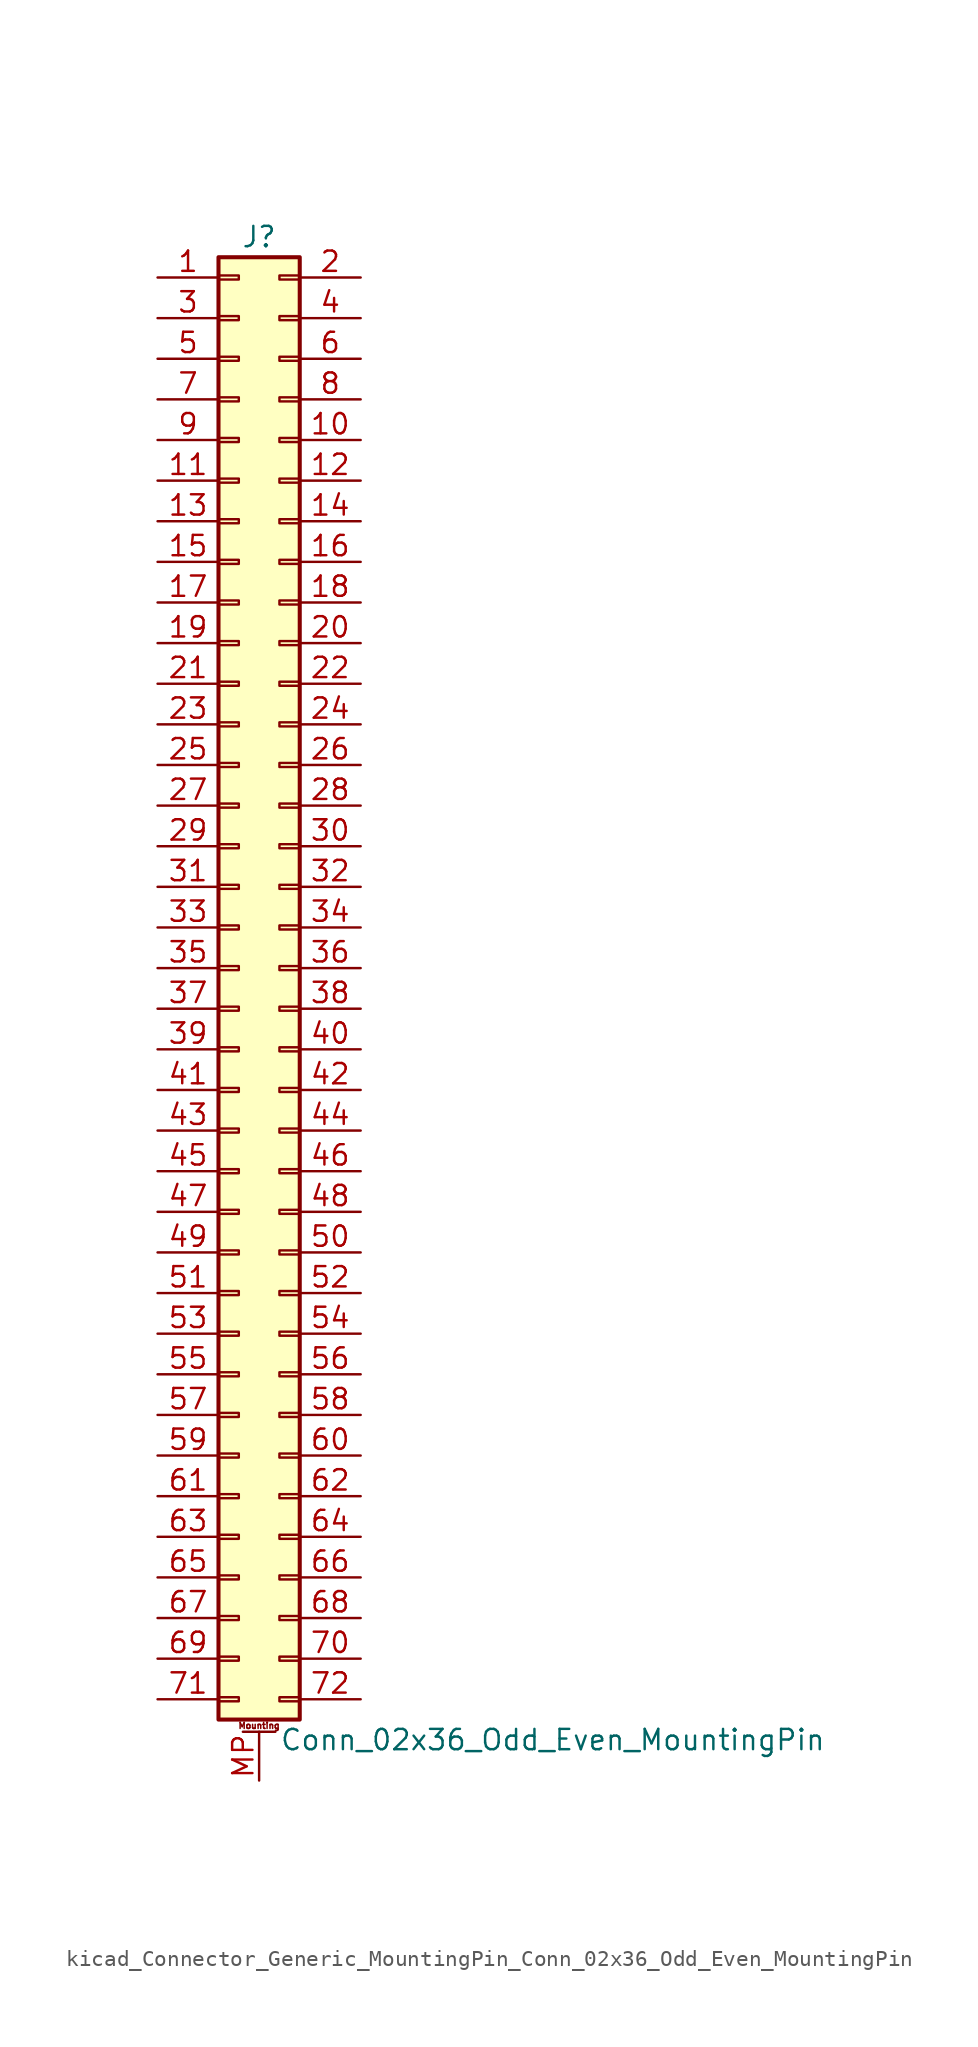
<source format=kicad_sym>
(kicad_symbol_lib
  (version 20220914)
  (generator kicad_symbol_editor)
  (symbol "kicad_Connector_Generic_MountingPin_Conn_02x36_Odd_Even_MountingPin"
    (pin_names
      (offset 1.016) hide)
    (property "Reference" "J"
      (at 1.27 45.72 0)
      (effects (font (size 1.27 1.27))))
    (property "Value" "Conn_02x36_Odd_Even_MountingPin"
      (at 2.54 -48.26 0)
      (effects (font (size 1.27 1.27)) (justify left)))
    (symbol "kicad_Connector_Generic_MountingPin_Conn_02x36_Odd_Even_MountingPin_1_1"
      (rectangle (start -1.27 -45.593) (end 0 -45.847) (stroke (width 0.152) (type default)) (fill (type none)))
      (rectangle (start -1.27 -43.053) (end 0 -43.307) (stroke (width 0.152) (type default)) (fill (type none)))
      (rectangle (start -1.27 -40.513) (end 0 -40.767) (stroke (width 0.152) (type default)) (fill (type none)))
      (rectangle (start -1.27 -37.973) (end 0 -38.227) (stroke (width 0.152) (type default)) (fill (type none)))
      (rectangle (start -1.27 -35.433) (end 0 -35.687) (stroke (width 0.152) (type default)) (fill (type none)))
      (rectangle (start -1.27 -32.893) (end 0 -33.147) (stroke (width 0.152) (type default)) (fill (type none)))
      (rectangle (start -1.27 -30.353) (end 0 -30.607) (stroke (width 0.152) (type default)) (fill (type none)))
      (rectangle (start -1.27 -27.813) (end 0 -28.067) (stroke (width 0.152) (type default)) (fill (type none)))
      (rectangle (start -1.27 -25.273) (end 0 -25.527) (stroke (width 0.152) (type default)) (fill (type none)))
      (rectangle (start -1.27 -22.733) (end 0 -22.987) (stroke (width 0.152) (type default)) (fill (type none)))
      (rectangle (start -1.27 -20.193) (end 0 -20.447) (stroke (width 0.152) (type default)) (fill (type none)))
      (rectangle (start -1.27 -17.653) (end 0 -17.907) (stroke (width 0.152) (type default)) (fill (type none)))
      (rectangle (start -1.27 -15.113) (end 0 -15.367) (stroke (width 0.152) (type default)) (fill (type none)))
      (rectangle (start -1.27 -12.573) (end 0 -12.827) (stroke (width 0.152) (type default)) (fill (type none)))
      (rectangle (start -1.27 -10.033) (end 0 -10.287) (stroke (width 0.152) (type default)) (fill (type none)))
      (rectangle (start -1.27 -7.493) (end 0 -7.747) (stroke (width 0.152) (type default)) (fill (type none)))
      (rectangle (start -1.27 -4.953) (end 0 -5.207) (stroke (width 0.152) (type default)) (fill (type none)))
      (rectangle (start -1.27 -2.413) (end 0 -2.667) (stroke (width 0.152) (type default)) (fill (type none)))
      (rectangle (start -1.27 0.127) (end 0 -0.127) (stroke (width 0.152) (type default)) (fill (type none)))
      (rectangle (start -1.27 2.667) (end 0 2.413) (stroke (width 0.152) (type default)) (fill (type none)))
      (rectangle (start -1.27 5.207) (end 0 4.953) (stroke (width 0.152) (type default)) (fill (type none)))
      (rectangle (start -1.27 7.747) (end 0 7.493) (stroke (width 0.152) (type default)) (fill (type none)))
      (rectangle (start -1.27 10.287) (end 0 10.033) (stroke (width 0.152) (type default)) (fill (type none)))
      (rectangle (start -1.27 12.827) (end 0 12.573) (stroke (width 0.152) (type default)) (fill (type none)))
      (rectangle (start -1.27 15.367) (end 0 15.113) (stroke (width 0.152) (type default)) (fill (type none)))
      (rectangle (start -1.27 17.907) (end 0 17.653) (stroke (width 0.152) (type default)) (fill (type none)))
      (rectangle (start -1.27 20.447) (end 0 20.193) (stroke (width 0.152) (type default)) (fill (type none)))
      (rectangle (start -1.27 22.987) (end 0 22.733) (stroke (width 0.152) (type default)) (fill (type none)))
      (rectangle (start -1.27 25.527) (end 0 25.273) (stroke (width 0.152) (type default)) (fill (type none)))
      (rectangle (start -1.27 28.067) (end 0 27.813) (stroke (width 0.152) (type default)) (fill (type none)))
      (rectangle (start -1.27 30.607) (end 0 30.353) (stroke (width 0.152) (type default)) (fill (type none)))
      (rectangle (start -1.27 33.147) (end 0 32.893) (stroke (width 0.152) (type default)) (fill (type none)))
      (rectangle (start -1.27 35.687) (end 0 35.433) (stroke (width 0.152) (type default)) (fill (type none)))
      (rectangle (start -1.27 38.227) (end 0 37.973) (stroke (width 0.152) (type default)) (fill (type none)))
      (rectangle (start -1.27 40.767) (end 0 40.513) (stroke (width 0.152) (type default)) (fill (type none)))
      (rectangle (start -1.27 43.307) (end 0 43.053) (stroke (width 0.152) (type default)) (fill (type none)))
      (rectangle (start -1.27 44.45) (end 3.81 -46.99) (stroke (width 0.254) (type default)) (fill (type background)))
      (polyline (pts (xy 0.254 -47.752) (xy 2.286 -47.752)) (stroke (width 0.152) (type default)) (fill (type none)))
      (rectangle (start 3.81 -45.593) (end 2.54 -45.847) (stroke (width 0.152) (type default)) (fill (type none)))
      (rectangle (start 3.81 -43.053) (end 2.54 -43.307) (stroke (width 0.152) (type default)) (fill (type none)))
      (rectangle (start 3.81 -40.513) (end 2.54 -40.767) (stroke (width 0.152) (type default)) (fill (type none)))
      (rectangle (start 3.81 -37.973) (end 2.54 -38.227) (stroke (width 0.152) (type default)) (fill (type none)))
      (rectangle (start 3.81 -35.433) (end 2.54 -35.687) (stroke (width 0.152) (type default)) (fill (type none)))
      (rectangle (start 3.81 -32.893) (end 2.54 -33.147) (stroke (width 0.152) (type default)) (fill (type none)))
      (rectangle (start 3.81 -30.353) (end 2.54 -30.607) (stroke (width 0.152) (type default)) (fill (type none)))
      (rectangle (start 3.81 -27.813) (end 2.54 -28.067) (stroke (width 0.152) (type default)) (fill (type none)))
      (rectangle (start 3.81 -25.273) (end 2.54 -25.527) (stroke (width 0.152) (type default)) (fill (type none)))
      (rectangle (start 3.81 -22.733) (end 2.54 -22.987) (stroke (width 0.152) (type default)) (fill (type none)))
      (rectangle (start 3.81 -20.193) (end 2.54 -20.447) (stroke (width 0.152) (type default)) (fill (type none)))
      (rectangle (start 3.81 -17.653) (end 2.54 -17.907) (stroke (width 0.152) (type default)) (fill (type none)))
      (rectangle (start 3.81 -15.113) (end 2.54 -15.367) (stroke (width 0.152) (type default)) (fill (type none)))
      (rectangle (start 3.81 -12.573) (end 2.54 -12.827) (stroke (width 0.152) (type default)) (fill (type none)))
      (rectangle (start 3.81 -10.033) (end 2.54 -10.287) (stroke (width 0.152) (type default)) (fill (type none)))
      (rectangle (start 3.81 -7.493) (end 2.54 -7.747) (stroke (width 0.152) (type default)) (fill (type none)))
      (rectangle (start 3.81 -4.953) (end 2.54 -5.207) (stroke (width 0.152) (type default)) (fill (type none)))
      (rectangle (start 3.81 -2.413) (end 2.54 -2.667) (stroke (width 0.152) (type default)) (fill (type none)))
      (rectangle (start 3.81 0.127) (end 2.54 -0.127) (stroke (width 0.152) (type default)) (fill (type none)))
      (rectangle (start 3.81 2.667) (end 2.54 2.413) (stroke (width 0.152) (type default)) (fill (type none)))
      (rectangle (start 3.81 5.207) (end 2.54 4.953) (stroke (width 0.152) (type default)) (fill (type none)))
      (rectangle (start 3.81 7.747) (end 2.54 7.493) (stroke (width 0.152) (type default)) (fill (type none)))
      (rectangle (start 3.81 10.287) (end 2.54 10.033) (stroke (width 0.152) (type default)) (fill (type none)))
      (rectangle (start 3.81 12.827) (end 2.54 12.573) (stroke (width 0.152) (type default)) (fill (type none)))
      (rectangle (start 3.81 15.367) (end 2.54 15.113) (stroke (width 0.152) (type default)) (fill (type none)))
      (rectangle (start 3.81 17.907) (end 2.54 17.653) (stroke (width 0.152) (type default)) (fill (type none)))
      (rectangle (start 3.81 20.447) (end 2.54 20.193) (stroke (width 0.152) (type default)) (fill (type none)))
      (rectangle (start 3.81 22.987) (end 2.54 22.733) (stroke (width 0.152) (type default)) (fill (type none)))
      (rectangle (start 3.81 25.527) (end 2.54 25.273) (stroke (width 0.152) (type default)) (fill (type none)))
      (rectangle (start 3.81 28.067) (end 2.54 27.813) (stroke (width 0.152) (type default)) (fill (type none)))
      (rectangle (start 3.81 30.607) (end 2.54 30.353) (stroke (width 0.152) (type default)) (fill (type none)))
      (rectangle (start 3.81 33.147) (end 2.54 32.893) (stroke (width 0.152) (type default)) (fill (type none)))
      (rectangle (start 3.81 35.687) (end 2.54 35.433) (stroke (width 0.152) (type default)) (fill (type none)))
      (rectangle (start 3.81 38.227) (end 2.54 37.973) (stroke (width 0.152) (type default)) (fill (type none)))
      (rectangle (start 3.81 40.767) (end 2.54 40.513) (stroke (width 0.152) (type default)) (fill (type none)))
      (rectangle (start 3.81 43.307) (end 2.54 43.053) (stroke (width 0.152) (type default)) (fill (type none)))
      (text "Mounting" (at 1.27 -47.371 0) (effects (font (size 0.381 0.381))))
      (pin passive line (at -5.08 43.18 0) (length 3.81) (name "Pin_1" (effects (font (size 1.27 1.27)))) (number "1" (effects (font (size 1.27 1.27)))))
      (pin passive line (at 7.62 33.02 180) (length 3.81) (name "Pin_10" (effects (font (size 1.27 1.27)))) (number "10" (effects (font (size 1.27 1.27)))))
      (pin passive line (at -5.08 30.48 0) (length 3.81) (name "Pin_11" (effects (font (size 1.27 1.27)))) (number "11" (effects (font (size 1.27 1.27)))))
      (pin passive line (at 7.62 30.48 180) (length 3.81) (name "Pin_12" (effects (font (size 1.27 1.27)))) (number "12" (effects (font (size 1.27 1.27)))))
      (pin passive line (at -5.08 27.94 0) (length 3.81) (name "Pin_13" (effects (font (size 1.27 1.27)))) (number "13" (effects (font (size 1.27 1.27)))))
      (pin passive line (at 7.62 27.94 180) (length 3.81) (name "Pin_14" (effects (font (size 1.27 1.27)))) (number "14" (effects (font (size 1.27 1.27)))))
      (pin passive line (at -5.08 25.4 0) (length 3.81) (name "Pin_15" (effects (font (size 1.27 1.27)))) (number "15" (effects (font (size 1.27 1.27)))))
      (pin passive line (at 7.62 25.4 180) (length 3.81) (name "Pin_16" (effects (font (size 1.27 1.27)))) (number "16" (effects (font (size 1.27 1.27)))))
      (pin passive line (at -5.08 22.86 0) (length 3.81) (name "Pin_17" (effects (font (size 1.27 1.27)))) (number "17" (effects (font (size 1.27 1.27)))))
      (pin passive line (at 7.62 22.86 180) (length 3.81) (name "Pin_18" (effects (font (size 1.27 1.27)))) (number "18" (effects (font (size 1.27 1.27)))))
      (pin passive line (at -5.08 20.32 0) (length 3.81) (name "Pin_19" (effects (font (size 1.27 1.27)))) (number "19" (effects (font (size 1.27 1.27)))))
      (pin passive line (at 7.62 43.18 180) (length 3.81) (name "Pin_2" (effects (font (size 1.27 1.27)))) (number "2" (effects (font (size 1.27 1.27)))))
      (pin passive line (at 7.62 20.32 180) (length 3.81) (name "Pin_20" (effects (font (size 1.27 1.27)))) (number "20" (effects (font (size 1.27 1.27)))))
      (pin passive line (at -5.08 17.78 0) (length 3.81) (name "Pin_21" (effects (font (size 1.27 1.27)))) (number "21" (effects (font (size 1.27 1.27)))))
      (pin passive line (at 7.62 17.78 180) (length 3.81) (name "Pin_22" (effects (font (size 1.27 1.27)))) (number "22" (effects (font (size 1.27 1.27)))))
      (pin passive line (at -5.08 15.24 0) (length 3.81) (name "Pin_23" (effects (font (size 1.27 1.27)))) (number "23" (effects (font (size 1.27 1.27)))))
      (pin passive line (at 7.62 15.24 180) (length 3.81) (name "Pin_24" (effects (font (size 1.27 1.27)))) (number "24" (effects (font (size 1.27 1.27)))))
      (pin passive line (at -5.08 12.7 0) (length 3.81) (name "Pin_25" (effects (font (size 1.27 1.27)))) (number "25" (effects (font (size 1.27 1.27)))))
      (pin passive line (at 7.62 12.7 180) (length 3.81) (name "Pin_26" (effects (font (size 1.27 1.27)))) (number "26" (effects (font (size 1.27 1.27)))))
      (pin passive line (at -5.08 10.16 0) (length 3.81) (name "Pin_27" (effects (font (size 1.27 1.27)))) (number "27" (effects (font (size 1.27 1.27)))))
      (pin passive line (at 7.62 10.16 180) (length 3.81) (name "Pin_28" (effects (font (size 1.27 1.27)))) (number "28" (effects (font (size 1.27 1.27)))))
      (pin passive line (at -5.08 7.62 0) (length 3.81) (name "Pin_29" (effects (font (size 1.27 1.27)))) (number "29" (effects (font (size 1.27 1.27)))))
      (pin passive line (at -5.08 40.64 0) (length 3.81) (name "Pin_3" (effects (font (size 1.27 1.27)))) (number "3" (effects (font (size 1.27 1.27)))))
      (pin passive line (at 7.62 7.62 180) (length 3.81) (name "Pin_30" (effects (font (size 1.27 1.27)))) (number "30" (effects (font (size 1.27 1.27)))))
      (pin passive line (at -5.08 5.08 0) (length 3.81) (name "Pin_31" (effects (font (size 1.27 1.27)))) (number "31" (effects (font (size 1.27 1.27)))))
      (pin passive line (at 7.62 5.08 180) (length 3.81) (name "Pin_32" (effects (font (size 1.27 1.27)))) (number "32" (effects (font (size 1.27 1.27)))))
      (pin passive line (at -5.08 2.54 0) (length 3.81) (name "Pin_33" (effects (font (size 1.27 1.27)))) (number "33" (effects (font (size 1.27 1.27)))))
      (pin passive line (at 7.62 2.54 180) (length 3.81) (name "Pin_34" (effects (font (size 1.27 1.27)))) (number "34" (effects (font (size 1.27 1.27)))))
      (pin passive line (at -5.08 0 0) (length 3.81) (name "Pin_35" (effects (font (size 1.27 1.27)))) (number "35" (effects (font (size 1.27 1.27)))))
      (pin passive line (at 7.62 0 180) (length 3.81) (name "Pin_36" (effects (font (size 1.27 1.27)))) (number "36" (effects (font (size 1.27 1.27)))))
      (pin passive line (at -5.08 -2.54 0) (length 3.81) (name "Pin_37" (effects (font (size 1.27 1.27)))) (number "37" (effects (font (size 1.27 1.27)))))
      (pin passive line (at 7.62 -2.54 180) (length 3.81) (name "Pin_38" (effects (font (size 1.27 1.27)))) (number "38" (effects (font (size 1.27 1.27)))))
      (pin passive line (at -5.08 -5.08 0) (length 3.81) (name "Pin_39" (effects (font (size 1.27 1.27)))) (number "39" (effects (font (size 1.27 1.27)))))
      (pin passive line (at 7.62 40.64 180) (length 3.81) (name "Pin_4" (effects (font (size 1.27 1.27)))) (number "4" (effects (font (size 1.27 1.27)))))
      (pin passive line (at 7.62 -5.08 180) (length 3.81) (name "Pin_40" (effects (font (size 1.27 1.27)))) (number "40" (effects (font (size 1.27 1.27)))))
      (pin passive line (at -5.08 -7.62 0) (length 3.81) (name "Pin_41" (effects (font (size 1.27 1.27)))) (number "41" (effects (font (size 1.27 1.27)))))
      (pin passive line (at 7.62 -7.62 180) (length 3.81) (name "Pin_42" (effects (font (size 1.27 1.27)))) (number "42" (effects (font (size 1.27 1.27)))))
      (pin passive line (at -5.08 -10.16 0) (length 3.81) (name "Pin_43" (effects (font (size 1.27 1.27)))) (number "43" (effects (font (size 1.27 1.27)))))
      (pin passive line (at 7.62 -10.16 180) (length 3.81) (name "Pin_44" (effects (font (size 1.27 1.27)))) (number "44" (effects (font (size 1.27 1.27)))))
      (pin passive line (at -5.08 -12.7 0) (length 3.81) (name "Pin_45" (effects (font (size 1.27 1.27)))) (number "45" (effects (font (size 1.27 1.27)))))
      (pin passive line (at 7.62 -12.7 180) (length 3.81) (name "Pin_46" (effects (font (size 1.27 1.27)))) (number "46" (effects (font (size 1.27 1.27)))))
      (pin passive line (at -5.08 -15.24 0) (length 3.81) (name "Pin_47" (effects (font (size 1.27 1.27)))) (number "47" (effects (font (size 1.27 1.27)))))
      (pin passive line (at 7.62 -15.24 180) (length 3.81) (name "Pin_48" (effects (font (size 1.27 1.27)))) (number "48" (effects (font (size 1.27 1.27)))))
      (pin passive line (at -5.08 -17.78 0) (length 3.81) (name "Pin_49" (effects (font (size 1.27 1.27)))) (number "49" (effects (font (size 1.27 1.27)))))
      (pin passive line (at -5.08 38.1 0) (length 3.81) (name "Pin_5" (effects (font (size 1.27 1.27)))) (number "5" (effects (font (size 1.27 1.27)))))
      (pin passive line (at 7.62 -17.78 180) (length 3.81) (name "Pin_50" (effects (font (size 1.27 1.27)))) (number "50" (effects (font (size 1.27 1.27)))))
      (pin passive line (at -5.08 -20.32 0) (length 3.81) (name "Pin_51" (effects (font (size 1.27 1.27)))) (number "51" (effects (font (size 1.27 1.27)))))
      (pin passive line (at 7.62 -20.32 180) (length 3.81) (name "Pin_52" (effects (font (size 1.27 1.27)))) (number "52" (effects (font (size 1.27 1.27)))))
      (pin passive line (at -5.08 -22.86 0) (length 3.81) (name "Pin_53" (effects (font (size 1.27 1.27)))) (number "53" (effects (font (size 1.27 1.27)))))
      (pin passive line (at 7.62 -22.86 180) (length 3.81) (name "Pin_54" (effects (font (size 1.27 1.27)))) (number "54" (effects (font (size 1.27 1.27)))))
      (pin passive line (at -5.08 -25.4 0) (length 3.81) (name "Pin_55" (effects (font (size 1.27 1.27)))) (number "55" (effects (font (size 1.27 1.27)))))
      (pin passive line (at 7.62 -25.4 180) (length 3.81) (name "Pin_56" (effects (font (size 1.27 1.27)))) (number "56" (effects (font (size 1.27 1.27)))))
      (pin passive line (at -5.08 -27.94 0) (length 3.81) (name "Pin_57" (effects (font (size 1.27 1.27)))) (number "57" (effects (font (size 1.27 1.27)))))
      (pin passive line (at 7.62 -27.94 180) (length 3.81) (name "Pin_58" (effects (font (size 1.27 1.27)))) (number "58" (effects (font (size 1.27 1.27)))))
      (pin passive line (at -5.08 -30.48 0) (length 3.81) (name "Pin_59" (effects (font (size 1.27 1.27)))) (number "59" (effects (font (size 1.27 1.27)))))
      (pin passive line (at 7.62 38.1 180) (length 3.81) (name "Pin_6" (effects (font (size 1.27 1.27)))) (number "6" (effects (font (size 1.27 1.27)))))
      (pin passive line (at 7.62 -30.48 180) (length 3.81) (name "Pin_60" (effects (font (size 1.27 1.27)))) (number "60" (effects (font (size 1.27 1.27)))))
      (pin passive line (at -5.08 -33.02 0) (length 3.81) (name "Pin_61" (effects (font (size 1.27 1.27)))) (number "61" (effects (font (size 1.27 1.27)))))
      (pin passive line (at 7.62 -33.02 180) (length 3.81) (name "Pin_62" (effects (font (size 1.27 1.27)))) (number "62" (effects (font (size 1.27 1.27)))))
      (pin passive line (at -5.08 -35.56 0) (length 3.81) (name "Pin_63" (effects (font (size 1.27 1.27)))) (number "63" (effects (font (size 1.27 1.27)))))
      (pin passive line (at 7.62 -35.56 180) (length 3.81) (name "Pin_64" (effects (font (size 1.27 1.27)))) (number "64" (effects (font (size 1.27 1.27)))))
      (pin passive line (at -5.08 -38.1 0) (length 3.81) (name "Pin_65" (effects (font (size 1.27 1.27)))) (number "65" (effects (font (size 1.27 1.27)))))
      (pin passive line (at 7.62 -38.1 180) (length 3.81) (name "Pin_66" (effects (font (size 1.27 1.27)))) (number "66" (effects (font (size 1.27 1.27)))))
      (pin passive line (at -5.08 -40.64 0) (length 3.81) (name "Pin_67" (effects (font (size 1.27 1.27)))) (number "67" (effects (font (size 1.27 1.27)))))
      (pin passive line (at 7.62 -40.64 180) (length 3.81) (name "Pin_68" (effects (font (size 1.27 1.27)))) (number "68" (effects (font (size 1.27 1.27)))))
      (pin passive line (at -5.08 -43.18 0) (length 3.81) (name "Pin_69" (effects (font (size 1.27 1.27)))) (number "69" (effects (font (size 1.27 1.27)))))
      (pin passive line (at -5.08 35.56 0) (length 3.81) (name "Pin_7" (effects (font (size 1.27 1.27)))) (number "7" (effects (font (size 1.27 1.27)))))
      (pin passive line (at 7.62 -43.18 180) (length 3.81) (name "Pin_70" (effects (font (size 1.27 1.27)))) (number "70" (effects (font (size 1.27 1.27)))))
      (pin passive line (at -5.08 -45.72 0) (length 3.81) (name "Pin_71" (effects (font (size 1.27 1.27)))) (number "71" (effects (font (size 1.27 1.27)))))
      (pin passive line (at 7.62 -45.72 180) (length 3.81) (name "Pin_72" (effects (font (size 1.27 1.27)))) (number "72" (effects (font (size 1.27 1.27)))))
      (pin passive line (at 7.62 35.56 180) (length 3.81) (name "Pin_8" (effects (font (size 1.27 1.27)))) (number "8" (effects (font (size 1.27 1.27)))))
      (pin passive line (at -5.08 33.02 0) (length 3.81) (name "Pin_9" (effects (font (size 1.27 1.27)))) (number "9" (effects (font (size 1.27 1.27)))))
      (pin passive line (at 1.27 -50.8 90) (length 3.048) (name "MountPin" (effects (font (size 1.27 1.27)))) (number "MP" (effects (font (size 1.27 1.27))))))))
</source>
